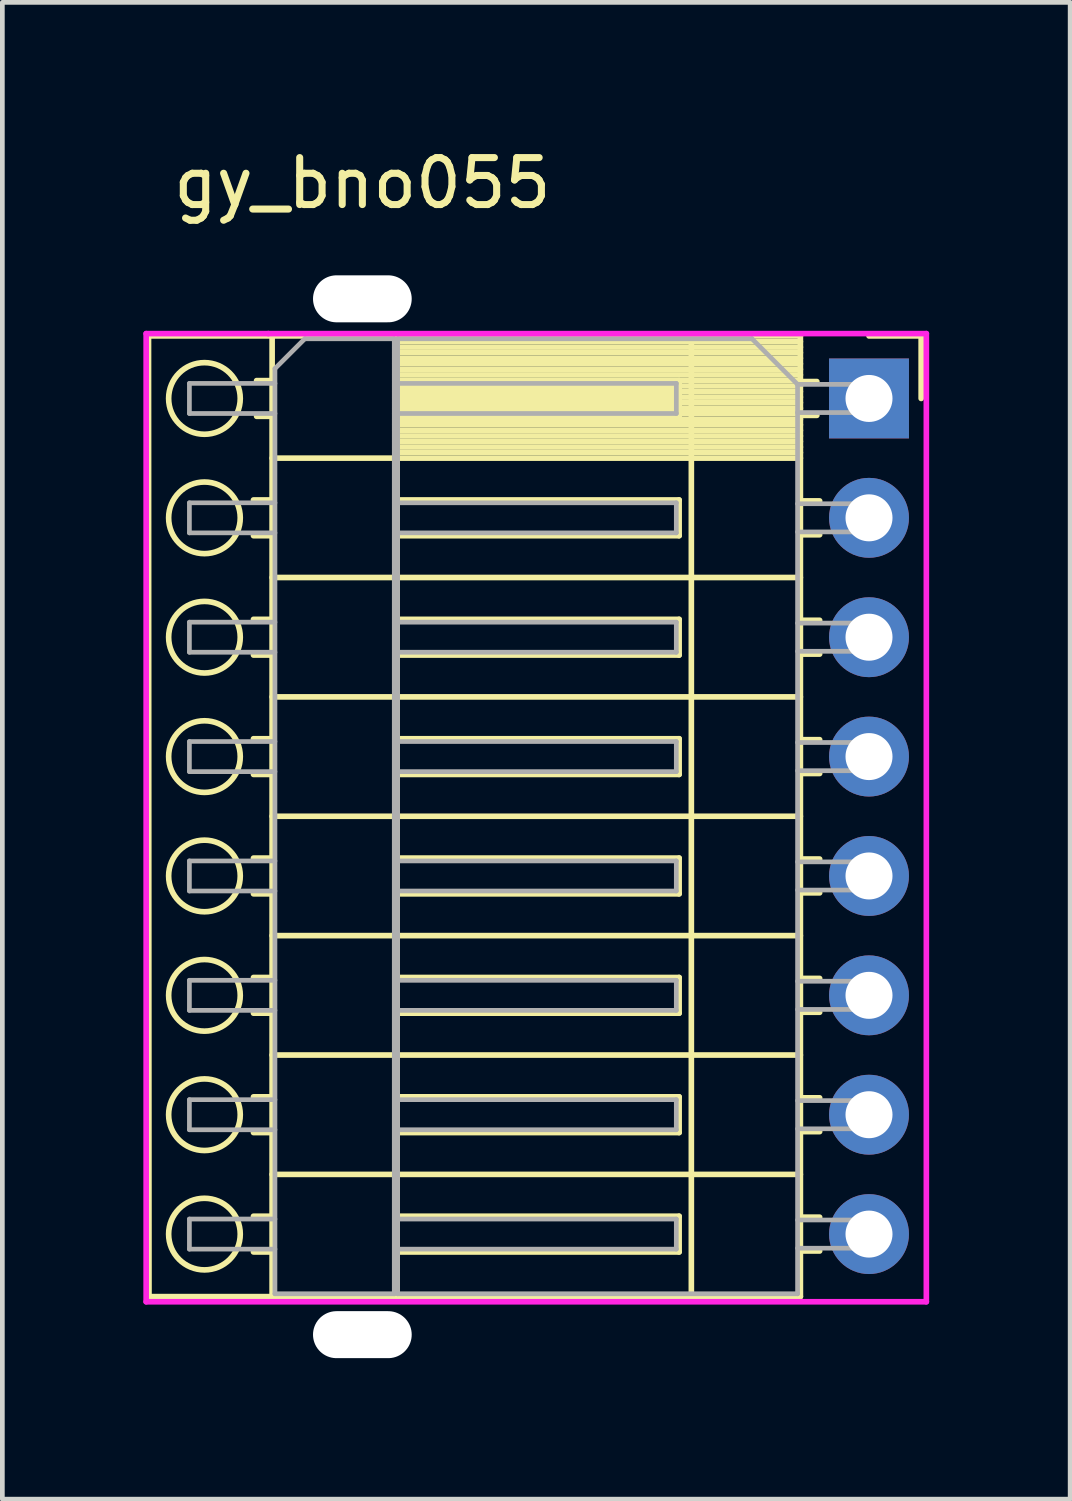
<source format=kicad_pcb>
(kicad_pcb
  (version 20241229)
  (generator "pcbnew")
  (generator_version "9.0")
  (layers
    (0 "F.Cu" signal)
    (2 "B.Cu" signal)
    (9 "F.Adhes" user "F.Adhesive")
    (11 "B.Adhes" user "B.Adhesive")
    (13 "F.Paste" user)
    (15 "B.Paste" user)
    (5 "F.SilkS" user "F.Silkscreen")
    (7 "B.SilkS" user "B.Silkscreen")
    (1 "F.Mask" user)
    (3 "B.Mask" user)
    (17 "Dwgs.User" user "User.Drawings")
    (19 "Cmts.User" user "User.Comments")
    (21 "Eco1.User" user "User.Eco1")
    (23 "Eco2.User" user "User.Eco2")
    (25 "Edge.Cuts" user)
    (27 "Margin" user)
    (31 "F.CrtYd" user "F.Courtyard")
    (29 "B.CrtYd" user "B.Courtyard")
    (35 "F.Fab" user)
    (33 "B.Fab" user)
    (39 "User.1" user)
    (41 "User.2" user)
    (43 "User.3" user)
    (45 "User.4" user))
  (footprint "gy_bno055"
    (layer "F.Cu")
    (at 4.66 0.348)
    (property "Reference" "gy_bno055" (at 0 0.5 0) (layer "F.SilkS") (effects (font (size 1 1) (thickness 0.15))))
    (attr through_hole)
    (fp_line (start -4.55 3.75) (end -4.54 24.19) (stroke (width 0.12) (type solid)) (layer "F.SilkS"))
    (fp_line (start -4.54 24.19) (end -4.52 24.19) (stroke (width 0.12) (type solid)) (layer "F.SilkS"))
    (fp_line (start -2.317 7.24) (end -1.92 7.24) (stroke (width 0.12) (type solid)) (layer "F.SilkS"))
    (fp_line (start -2.317 8) (end -1.92 8) (stroke (width 0.12) (type solid)) (layer "F.SilkS"))
    (fp_line (start -2.317 9.78) (end -1.92 9.78) (stroke (width 0.12) (type solid)) (layer "F.SilkS"))
    (fp_line (start -2.317 10.54) (end -1.92 10.54) (stroke (width 0.12) (type solid)) (layer "F.SilkS"))
    (fp_line (start -2.317 12.32) (end -1.92 12.32) (stroke (width 0.12) (type solid)) (layer "F.SilkS"))
    (fp_line (start -2.317 13.08) (end -1.92 13.08) (stroke (width 0.12) (type solid)) (layer "F.SilkS"))
    (fp_line (start -2.317 14.86) (end -1.92 14.86) (stroke (width 0.12) (type solid)) (layer "F.SilkS"))
    (fp_line (start -2.317 15.62) (end -1.92 15.62) (stroke (width 0.12) (type solid)) (layer "F.SilkS"))
    (fp_line (start -2.317 17.4) (end -1.92 17.4) (stroke (width 0.12) (type solid)) (layer "F.SilkS"))
    (fp_line (start -2.317 18.16) (end -1.92 18.16) (stroke (width 0.12) (type solid)) (layer "F.SilkS"))
    (fp_line (start -2.317 19.94) (end -1.92 19.94) (stroke (width 0.12) (type solid)) (layer "F.SilkS"))
    (fp_line (start -2.317 20.7) (end -1.92 20.7) (stroke (width 0.12) (type solid)) (layer "F.SilkS"))
    (fp_line (start -2.317 22.48) (end -1.92 22.48) (stroke (width 0.12) (type solid)) (layer "F.SilkS"))
    (fp_line (start -2.317 23.24) (end -1.92 23.24) (stroke (width 0.12) (type solid)) (layer "F.SilkS"))
    (fp_line (start -2.25 4.7) (end -1.92 4.7) (stroke (width 0.12) (type solid)) (layer "F.SilkS"))
    (fp_line (start -2.25 5.46) (end -1.92 5.46) (stroke (width 0.12) (type solid)) (layer "F.SilkS"))
    (fp_line (start -1.92 3.75) (end -4.55 3.75) (stroke (width 0.12) (type solid)) (layer "F.SilkS"))
    (fp_line (start -1.92 3.75) (end -1.92 24.19) (stroke (width 0.12) (type solid)) (layer "F.SilkS"))
    (fp_line (start -1.92 6.35) (end 0.74 6.35) (stroke (width 0.12) (type solid)) (layer "F.SilkS"))
    (fp_line (start -1.92 8.89) (end 0.74 8.89) (stroke (width 0.12) (type solid)) (layer "F.SilkS"))
    (fp_line (start -1.92 11.43) (end 0.74 11.43) (stroke (width 0.12) (type solid)) (layer "F.SilkS"))
    (fp_line (start -1.92 13.97) (end 0.74 13.97) (stroke (width 0.12) (type solid)) (layer "F.SilkS"))
    (fp_line (start -1.92 16.51) (end 0.74 16.51) (stroke (width 0.12) (type solid)) (layer "F.SilkS"))
    (fp_line (start -1.92 19.05) (end 0.74 19.05) (stroke (width 0.12) (type solid)) (layer "F.SilkS"))
    (fp_line (start -1.92 21.59) (end 0.74 21.59) (stroke (width 0.12) (type solid)) (layer "F.SilkS"))
    (fp_line (start -1.92 24.19) (end -4.52 24.19) (stroke (width 0.12) (type solid)) (layer "F.SilkS"))
    (fp_line (start -1.92 24.19) (end 0.74 24.19) (stroke (width 0.12) (type solid)) (layer "F.SilkS"))
    (fp_line (start 0.69 3.75) (end 0.69 24.19) (stroke (width 0.12) (type solid)) (layer "F.SilkS"))
    (fp_line (start 0.69 3.75) (end 9.32 3.75) (stroke (width 0.12) (type solid)) (layer "F.SilkS"))
    (fp_line (start 0.69 3.87) (end 9.32 3.87) (stroke (width 0.12) (type solid)) (layer "F.SilkS"))
    (fp_line (start 0.69 3.988) (end 9.32 3.988) (stroke (width 0.12) (type solid)) (layer "F.SilkS"))
    (fp_line (start 0.69 4.106) (end 9.32 4.106) (stroke (width 0.12) (type solid)) (layer "F.SilkS"))
    (fp_line (start 0.69 4.224) (end 9.32 4.224) (stroke (width 0.12) (type solid)) (layer "F.SilkS"))
    (fp_line (start 0.69 4.342) (end 9.32 4.342) (stroke (width 0.12) (type solid)) (layer "F.SilkS"))
    (fp_line (start 0.69 4.46) (end 9.32 4.46) (stroke (width 0.12) (type solid)) (layer "F.SilkS"))
    (fp_line (start 0.69 4.579) (end 9.32 4.579) (stroke (width 0.12) (type solid)) (layer "F.SilkS"))
    (fp_line (start 0.69 4.697) (end 9.32 4.697) (stroke (width 0.12) (type solid)) (layer "F.SilkS"))
    (fp_line (start 0.69 4.815) (end 9.32 4.815) (stroke (width 0.12) (type solid)) (layer "F.SilkS"))
    (fp_line (start 0.69 4.933) (end 9.32 4.933) (stroke (width 0.12) (type solid)) (layer "F.SilkS"))
    (fp_line (start 0.69 5.051) (end 9.32 5.051) (stroke (width 0.12) (type solid)) (layer "F.SilkS"))
    (fp_line (start 0.69 5.169) (end 9.32 5.169) (stroke (width 0.12) (type solid)) (layer "F.SilkS"))
    (fp_line (start 0.69 5.287) (end 9.32 5.287) (stroke (width 0.12) (type solid)) (layer "F.SilkS"))
    (fp_line (start 0.69 5.405) (end 9.32 5.405) (stroke (width 0.12) (type solid)) (layer "F.SilkS"))
    (fp_line (start 0.69 5.523) (end 9.32 5.523) (stroke (width 0.12) (type solid)) (layer "F.SilkS"))
    (fp_line (start 0.69 5.641) (end 9.32 5.641) (stroke (width 0.12) (type solid)) (layer "F.SilkS"))
    (fp_line (start 0.69 5.76) (end 9.32 5.76) (stroke (width 0.12) (type solid)) (layer "F.SilkS"))
    (fp_line (start 0.69 5.878) (end 9.32 5.878) (stroke (width 0.12) (type solid)) (layer "F.SilkS"))
    (fp_line (start 0.69 5.996) (end 9.32 5.996) (stroke (width 0.12) (type solid)) (layer "F.SilkS"))
    (fp_line (start 0.69 6.114) (end 9.32 6.114) (stroke (width 0.12) (type solid)) (layer "F.SilkS"))
    (fp_line (start 0.69 6.232) (end 9.32 6.232) (stroke (width 0.12) (type solid)) (layer "F.SilkS"))
    (fp_line (start 0.69 6.35) (end 9.32 6.35) (stroke (width 0.12) (type solid)) (layer "F.SilkS"))
    (fp_line (start 0.69 8.89) (end 9.32 8.89) (stroke (width 0.12) (type solid)) (layer "F.SilkS"))
    (fp_line (start 0.69 11.43) (end 9.32 11.43) (stroke (width 0.12) (type solid)) (layer "F.SilkS"))
    (fp_line (start 0.69 13.97) (end 9.32 13.97) (stroke (width 0.12) (type solid)) (layer "F.SilkS"))
    (fp_line (start 0.69 16.51) (end 9.32 16.51) (stroke (width 0.12) (type solid)) (layer "F.SilkS"))
    (fp_line (start 0.69 19.05) (end 9.32 19.05) (stroke (width 0.12) (type solid)) (layer "F.SilkS"))
    (fp_line (start 0.69 21.59) (end 9.32 21.59) (stroke (width 0.12) (type solid)) (layer "F.SilkS"))
    (fp_line (start 0.69 24.19) (end 9.32 24.19) (stroke (width 0.12) (type solid)) (layer "F.SilkS"))
    (fp_line (start 0.74 3.75) (end -1.92 3.75) (stroke (width 0.12) (type solid)) (layer "F.SilkS"))
    (fp_line (start 0.74 4.7) (end 6.74 4.7) (stroke (width 0.12) (type solid)) (layer "F.SilkS"))
    (fp_line (start 0.74 4.76) (end 6.74 4.76) (stroke (width 0.12) (type solid)) (layer "F.SilkS"))
    (fp_line (start 0.74 4.88) (end 6.74 4.88) (stroke (width 0.12) (type solid)) (layer "F.SilkS"))
    (fp_line (start 0.74 5) (end 6.74 5) (stroke (width 0.12) (type solid)) (layer "F.SilkS"))
    (fp_line (start 0.74 5.12) (end 6.74 5.12) (stroke (width 0.12) (type solid)) (layer "F.SilkS"))
    (fp_line (start 0.74 5.24) (end 6.74 5.24) (stroke (width 0.12) (type solid)) (layer "F.SilkS"))
    (fp_line (start 0.74 5.36) (end 6.74 5.36) (stroke (width 0.12) (type solid)) (layer "F.SilkS"))
    (fp_line (start 0.74 7.24) (end 6.74 7.24) (stroke (width 0.12) (type solid)) (layer "F.SilkS"))
    (fp_line (start 0.74 9.78) (end 6.74 9.78) (stroke (width 0.12) (type solid)) (layer "F.SilkS"))
    (fp_line (start 0.74 12.32) (end 6.74 12.32) (stroke (width 0.12) (type solid)) (layer "F.SilkS"))
    (fp_line (start 0.74 14.86) (end 6.74 14.86) (stroke (width 0.12) (type solid)) (layer "F.SilkS"))
    (fp_line (start 0.74 17.4) (end 6.74 17.4) (stroke (width 0.12) (type solid)) (layer "F.SilkS"))
    (fp_line (start 0.74 19.94) (end 6.74 19.94) (stroke (width 0.12) (type solid)) (layer "F.SilkS"))
    (fp_line (start 0.74 22.48) (end 6.74 22.48) (stroke (width 0.12) (type solid)) (layer "F.SilkS"))
    (fp_line (start 0.74 24.19) (end 0.74 3.75) (stroke (width 0.12) (type solid)) (layer "F.SilkS"))
    (fp_line (start 6.74 4.7) (end 6.74 5.46) (stroke (width 0.12) (type solid)) (layer "F.SilkS"))
    (fp_line (start 6.74 5.46) (end 0.74 5.46) (stroke (width 0.12) (type solid)) (layer "F.SilkS"))
    (fp_line (start 6.74 7.24) (end 6.74 8) (stroke (width 0.12) (type solid)) (layer "F.SilkS"))
    (fp_line (start 6.74 8) (end 0.74 8) (stroke (width 0.12) (type solid)) (layer "F.SilkS"))
    (fp_line (start 6.74 9.78) (end 6.74 10.54) (stroke (width 0.12) (type solid)) (layer "F.SilkS"))
    (fp_line (start 6.74 10.54) (end 0.74 10.54) (stroke (width 0.12) (type solid)) (layer "F.SilkS"))
    (fp_line (start 6.74 12.32) (end 6.74 13.08) (stroke (width 0.12) (type solid)) (layer "F.SilkS"))
    (fp_line (start 6.74 13.08) (end 0.74 13.08) (stroke (width 0.12) (type solid)) (layer "F.SilkS"))
    (fp_line (start 6.74 14.86) (end 6.74 15.62) (stroke (width 0.12) (type solid)) (layer "F.SilkS"))
    (fp_line (start 6.74 15.62) (end 0.74 15.62) (stroke (width 0.12) (type solid)) (layer "F.SilkS"))
    (fp_line (start 6.74 17.4) (end 6.74 18.16) (stroke (width 0.12) (type solid)) (layer "F.SilkS"))
    (fp_line (start 6.74 18.16) (end 0.74 18.16) (stroke (width 0.12) (type solid)) (layer "F.SilkS"))
    (fp_line (start 6.74 19.94) (end 6.74 20.7) (stroke (width 0.12) (type solid)) (layer "F.SilkS"))
    (fp_line (start 6.74 20.7) (end 0.74 20.7) (stroke (width 0.12) (type solid)) (layer "F.SilkS"))
    (fp_line (start 6.74 22.48) (end 6.74 23.24) (stroke (width 0.12) (type solid)) (layer "F.SilkS"))
    (fp_line (start 6.74 23.24) (end 0.74 23.24) (stroke (width 0.12) (type solid)) (layer "F.SilkS"))
    (fp_line (start 7 24.19) (end 7 3.75) (stroke (width 0.12) (type solid)) (layer "F.SilkS"))
    (fp_line (start 9.32 3.75) (end 9.32 24.19) (stroke (width 0.12) (type solid)) (layer "F.SilkS"))
    (fp_line (start 9.32 4.72) (end 9.67 4.72) (stroke (width 0.12) (type solid)) (layer "F.SilkS"))
    (fp_line (start 9.32 5.44) (end 9.67 5.44) (stroke (width 0.12) (type solid)) (layer "F.SilkS"))
    (fp_line (start 9.32 7.26) (end 9.73 7.26) (stroke (width 0.12) (type solid)) (layer "F.SilkS"))
    (fp_line (start 9.32 7.98) (end 9.73 7.98) (stroke (width 0.12) (type solid)) (layer "F.SilkS"))
    (fp_line (start 9.32 9.8) (end 9.73 9.8) (stroke (width 0.12) (type solid)) (layer "F.SilkS"))
    (fp_line (start 9.32 10.52) (end 9.73 10.52) (stroke (width 0.12) (type solid)) (layer "F.SilkS"))
    (fp_line (start 9.32 12.34) (end 9.73 12.34) (stroke (width 0.12) (type solid)) (layer "F.SilkS"))
    (fp_line (start 9.32 13.06) (end 9.73 13.06) (stroke (width 0.12) (type solid)) (layer "F.SilkS"))
    (fp_line (start 9.32 14.88) (end 9.73 14.88) (stroke (width 0.12) (type solid)) (layer "F.SilkS"))
    (fp_line (start 9.32 15.6) (end 9.73 15.6) (stroke (width 0.12) (type solid)) (layer "F.SilkS"))
    (fp_line (start 9.32 17.42) (end 9.73 17.42) (stroke (width 0.12) (type solid)) (layer "F.SilkS"))
    (fp_line (start 9.32 18.14) (end 9.73 18.14) (stroke (width 0.12) (type solid)) (layer "F.SilkS"))
    (fp_line (start 9.32 19.96) (end 9.73 19.96) (stroke (width 0.12) (type solid)) (layer "F.SilkS"))
    (fp_line (start 9.32 20.68) (end 9.73 20.68) (stroke (width 0.12) (type solid)) (layer "F.SilkS"))
    (fp_line (start 9.32 22.5) (end 9.73 22.5) (stroke (width 0.12) (type solid)) (layer "F.SilkS"))
    (fp_line (start 9.32 23.22) (end 9.73 23.22) (stroke (width 0.12) (type solid)) (layer "F.SilkS"))
    (fp_line (start 10.78 3.75) (end 11.89 3.75) (stroke (width 0.12) (type solid)) (layer "F.SilkS"))
    (fp_line (start 11.89 3.75) (end 11.89 5.08) (stroke (width 0.12) (type solid)) (layer "F.SilkS"))
    (fp_circle (center -3.36 5.08) (end -2.598 5.08) (stroke (width 0.12) (type solid)) (fill no) (layer "F.SilkS"))
    (fp_circle (center -3.36 7.62) (end -2.598 7.62) (stroke (width 0.12) (type solid)) (fill no) (layer "F.SilkS"))
    (fp_circle (center -3.36 10.16) (end -2.598 10.16) (stroke (width 0.12) (type solid)) (fill no) (layer "F.SilkS"))
    (fp_circle (center -3.36 12.7) (end -2.598 12.7) (stroke (width 0.12) (type solid)) (fill no) (layer "F.SilkS"))
    (fp_circle (center -3.36 15.24) (end -2.598 15.24) (stroke (width 0.12) (type solid)) (fill no) (layer "F.SilkS"))
    (fp_circle (center -3.36 17.78) (end -2.598 17.78) (stroke (width 0.12) (type solid)) (fill no) (layer "F.SilkS"))
    (fp_circle (center -3.36 20.32) (end -2.598 20.32) (stroke (width 0.12) (type solid)) (fill no) (layer "F.SilkS"))
    (fp_circle (center -3.36 22.86) (end -2.598 22.86) (stroke (width 0.12) (type solid)) (fill no) (layer "F.SilkS"))
    (fp_line (start -4.6 3.7) (end -2 3.7) (stroke (width 0.12) (type solid)) (layer "F.CrtYd"))
    (fp_line (start -4.6 24.3) (end -4.6 3.7) (stroke (width 0.12) (type solid)) (layer "F.CrtYd"))
    (fp_line (start -2 3.7) (end 12 3.7) (stroke (width 0.12) (type solid)) (layer "F.CrtYd"))
    (fp_line (start 12 3.7) (end 12 24.3) (stroke (width 0.12) (type solid)) (layer "F.CrtYd"))
    (fp_line (start 12 24.3) (end -4.6 24.3) (stroke (width 0.12) (type solid)) (layer "F.CrtYd"))
    (fp_line (start -3.68 4.76) (end -3.68 5.4) (stroke (width 0.1) (type solid)) (layer "F.Fab"))
    (fp_line (start -3.68 4.76) (end -1.86 4.76) (stroke (width 0.1) (type solid)) (layer "F.Fab"))
    (fp_line (start -3.68 5.4) (end -1.86 5.4) (stroke (width 0.1) (type solid)) (layer "F.Fab"))
    (fp_line (start -3.68 7.3) (end -3.68 7.94) (stroke (width 0.1) (type solid)) (layer "F.Fab"))
    (fp_line (start -3.68 7.3) (end -1.86 7.3) (stroke (width 0.1) (type solid)) (layer "F.Fab"))
    (fp_line (start -3.68 7.94) (end -1.86 7.94) (stroke (width 0.1) (type solid)) (layer "F.Fab"))
    (fp_line (start -3.68 9.84) (end -3.68 10.48) (stroke (width 0.1) (type solid)) (layer "F.Fab"))
    (fp_line (start -3.68 9.84) (end -1.86 9.84) (stroke (width 0.1) (type solid)) (layer "F.Fab"))
    (fp_line (start -3.68 10.48) (end -1.86 10.48) (stroke (width 0.1) (type solid)) (layer "F.Fab"))
    (fp_line (start -3.68 12.38) (end -3.68 13.02) (stroke (width 0.1) (type solid)) (layer "F.Fab"))
    (fp_line (start -3.68 12.38) (end -1.86 12.38) (stroke (width 0.1) (type solid)) (layer "F.Fab"))
    (fp_line (start -3.68 13.02) (end -1.86 13.02) (stroke (width 0.1) (type solid)) (layer "F.Fab"))
    (fp_line (start -3.68 14.92) (end -3.68 15.56) (stroke (width 0.1) (type solid)) (layer "F.Fab"))
    (fp_line (start -3.68 14.92) (end -1.86 14.92) (stroke (width 0.1) (type solid)) (layer "F.Fab"))
    (fp_line (start -3.68 15.56) (end -1.86 15.56) (stroke (width 0.1) (type solid)) (layer "F.Fab"))
    (fp_line (start -3.68 17.46) (end -3.68 18.1) (stroke (width 0.1) (type solid)) (layer "F.Fab"))
    (fp_line (start -3.68 17.46) (end -1.86 17.46) (stroke (width 0.1) (type solid)) (layer "F.Fab"))
    (fp_line (start -3.68 18.1) (end -1.86 18.1) (stroke (width 0.1) (type solid)) (layer "F.Fab"))
    (fp_line (start -3.68 20) (end -3.68 20.64) (stroke (width 0.1) (type solid)) (layer "F.Fab"))
    (fp_line (start -3.68 20) (end -1.86 20) (stroke (width 0.1) (type solid)) (layer "F.Fab"))
    (fp_line (start -3.68 20.64) (end -1.86 20.64) (stroke (width 0.1) (type solid)) (layer "F.Fab"))
    (fp_line (start -3.68 22.54) (end -3.68 23.18) (stroke (width 0.1) (type solid)) (layer "F.Fab"))
    (fp_line (start -3.68 22.54) (end -1.86 22.54) (stroke (width 0.1) (type solid)) (layer "F.Fab"))
    (fp_line (start -3.68 23.18) (end -1.86 23.18) (stroke (width 0.1) (type solid)) (layer "F.Fab"))
    (fp_line (start -1.86 4.445) (end -1.225 3.81) (stroke (width 0.1) (type solid)) (layer "F.Fab"))
    (fp_line (start -1.86 24.13) (end -1.86 4.445) (stroke (width 0.1) (type solid)) (layer "F.Fab"))
    (fp_line (start -1.225 3.81) (end 0.68 3.81) (stroke (width 0.1) (type solid)) (layer "F.Fab"))
    (fp_line (start 0.68 3.81) (end 0.68 24.13) (stroke (width 0.1) (type solid)) (layer "F.Fab"))
    (fp_line (start 0.68 4.76) (end 6.68 4.76) (stroke (width 0.1) (type solid)) (layer "F.Fab"))
    (fp_line (start 0.68 5.4) (end 6.68 5.4) (stroke (width 0.1) (type solid)) (layer "F.Fab"))
    (fp_line (start 0.68 7.3) (end 6.68 7.3) (stroke (width 0.1) (type solid)) (layer "F.Fab"))
    (fp_line (start 0.68 7.94) (end 6.68 7.94) (stroke (width 0.1) (type solid)) (layer "F.Fab"))
    (fp_line (start 0.68 9.84) (end 6.68 9.84) (stroke (width 0.1) (type solid)) (layer "F.Fab"))
    (fp_line (start 0.68 10.48) (end 6.68 10.48) (stroke (width 0.1) (type solid)) (layer "F.Fab"))
    (fp_line (start 0.68 12.38) (end 6.68 12.38) (stroke (width 0.1) (type solid)) (layer "F.Fab"))
    (fp_line (start 0.68 13.02) (end 6.68 13.02) (stroke (width 0.1) (type solid)) (layer "F.Fab"))
    (fp_line (start 0.68 14.92) (end 6.68 14.92) (stroke (width 0.1) (type solid)) (layer "F.Fab"))
    (fp_line (start 0.68 15.56) (end 6.68 15.56) (stroke (width 0.1) (type solid)) (layer "F.Fab"))
    (fp_line (start 0.68 17.46) (end 6.68 17.46) (stroke (width 0.1) (type solid)) (layer "F.Fab"))
    (fp_line (start 0.68 18.1) (end 6.68 18.1) (stroke (width 0.1) (type solid)) (layer "F.Fab"))
    (fp_line (start 0.68 20) (end 6.68 20) (stroke (width 0.1) (type solid)) (layer "F.Fab"))
    (fp_line (start 0.68 20.64) (end 6.68 20.64) (stroke (width 0.1) (type solid)) (layer "F.Fab"))
    (fp_line (start 0.68 22.54) (end 6.68 22.54) (stroke (width 0.1) (type solid)) (layer "F.Fab"))
    (fp_line (start 0.68 23.18) (end 6.68 23.18) (stroke (width 0.1) (type solid)) (layer "F.Fab"))
    (fp_line (start 0.68 24.13) (end -1.86 24.13) (stroke (width 0.1) (type solid)) (layer "F.Fab"))
    (fp_line (start 0.75 3.81) (end 8.29 3.81) (stroke (width 0.1) (type solid)) (layer "F.Fab"))
    (fp_line (start 0.75 24.13) (end 0.75 3.81) (stroke (width 0.1) (type solid)) (layer "F.Fab"))
    (fp_line (start 6.68 4.76) (end 6.68 5.4) (stroke (width 0.1) (type solid)) (layer "F.Fab"))
    (fp_line (start 6.68 7.3) (end 6.68 7.94) (stroke (width 0.1) (type solid)) (layer "F.Fab"))
    (fp_line (start 6.68 9.84) (end 6.68 10.48) (stroke (width 0.1) (type solid)) (layer "F.Fab"))
    (fp_line (start 6.68 12.38) (end 6.68 13.02) (stroke (width 0.1) (type solid)) (layer "F.Fab"))
    (fp_line (start 6.68 14.92) (end 6.68 15.56) (stroke (width 0.1) (type solid)) (layer "F.Fab"))
    (fp_line (start 6.68 17.46) (end 6.68 18.1) (stroke (width 0.1) (type solid)) (layer "F.Fab"))
    (fp_line (start 6.68 20) (end 6.68 20.64) (stroke (width 0.1) (type solid)) (layer "F.Fab"))
    (fp_line (start 6.68 22.54) (end 6.68 23.18) (stroke (width 0.1) (type solid)) (layer "F.Fab"))
    (fp_line (start 8.29 3.81) (end 9.26 4.78) (stroke (width 0.1) (type solid)) (layer "F.Fab"))
    (fp_line (start 9.26 4.78) (end 9.26 24.13) (stroke (width 0.1) (type solid)) (layer "F.Fab"))
    (fp_line (start 9.26 5.38) (end 10.78 5.38) (stroke (width 0.1) (type solid)) (layer "F.Fab"))
    (fp_line (start 9.26 7.92) (end 10.78 7.92) (stroke (width 0.1) (type solid)) (layer "F.Fab"))
    (fp_line (start 9.26 10.46) (end 10.78 10.46) (stroke (width 0.1) (type solid)) (layer "F.Fab"))
    (fp_line (start 9.26 13) (end 10.78 13) (stroke (width 0.1) (type solid)) (layer "F.Fab"))
    (fp_line (start 9.26 15.54) (end 10.78 15.54) (stroke (width 0.1) (type solid)) (layer "F.Fab"))
    (fp_line (start 9.26 18.08) (end 10.78 18.08) (stroke (width 0.1) (type solid)) (layer "F.Fab"))
    (fp_line (start 9.26 20.62) (end 10.78 20.62) (stroke (width 0.1) (type solid)) (layer "F.Fab"))
    (fp_line (start 9.26 23.16) (end 10.78 23.16) (stroke (width 0.1) (type solid)) (layer "F.Fab"))
    (fp_line (start 9.26 24.13) (end 0.75 24.13) (stroke (width 0.1) (type solid)) (layer "F.Fab"))
    (fp_line (start 10.78 4.78) (end 9.26 4.78) (stroke (width 0.1) (type solid)) (layer "F.Fab"))
    (fp_line (start 10.78 5.38) (end 10.78 4.78) (stroke (width 0.1) (type solid)) (layer "F.Fab"))
    (fp_line (start 10.78 7.32) (end 9.26 7.32) (stroke (width 0.1) (type solid)) (layer "F.Fab"))
    (fp_line (start 10.78 7.92) (end 10.78 7.32) (stroke (width 0.1) (type solid)) (layer "F.Fab"))
    (fp_line (start 10.78 9.86) (end 9.26 9.86) (stroke (width 0.1) (type solid)) (layer "F.Fab"))
    (fp_line (start 10.78 10.46) (end 10.78 9.86) (stroke (width 0.1) (type solid)) (layer "F.Fab"))
    (fp_line (start 10.78 12.4) (end 9.26 12.4) (stroke (width 0.1) (type solid)) (layer "F.Fab"))
    (fp_line (start 10.78 13) (end 10.78 12.4) (stroke (width 0.1) (type solid)) (layer "F.Fab"))
    (fp_line (start 10.78 14.94) (end 9.26 14.94) (stroke (width 0.1) (type solid)) (layer "F.Fab"))
    (fp_line (start 10.78 15.54) (end 10.78 14.94) (stroke (width 0.1) (type solid)) (layer "F.Fab"))
    (fp_line (start 10.78 17.48) (end 9.26 17.48) (stroke (width 0.1) (type solid)) (layer "F.Fab"))
    (fp_line (start 10.78 18.08) (end 10.78 17.48) (stroke (width 0.1) (type solid)) (layer "F.Fab"))
    (fp_line (start 10.78 20.02) (end 9.26 20.02) (stroke (width 0.1) (type solid)) (layer "F.Fab"))
    (fp_line (start 10.78 20.62) (end 10.78 20.02) (stroke (width 0.1) (type solid)) (layer "F.Fab"))
    (fp_line (start 10.78 22.56) (end 9.26 22.56) (stroke (width 0.1) (type solid)) (layer "F.Fab"))
    (fp_line (start 10.78 23.16) (end 10.78 22.56) (stroke (width 0.1) (type solid)) (layer "F.Fab"))
    (pad "" np_thru_hole oval (at 0 2.96 180) (size 2.1 1) (drill oval 2.1 1) (layers "*.Cu" "*.Mask"))
    (pad "" np_thru_hole oval (at 0 25 180) (size 2.1 1) (drill oval 2.1 1) (layers "*.Cu" "*.Mask"))
    (pad "1" thru_hole rect (at 10.78 5.08) (size 1.7 1.7) (drill 1) (layers "*.Cu" "*.Mask"))
    (pad "2" thru_hole oval (at 10.78 7.62) (size 1.7 1.7) (drill 1) (layers "*.Cu" "*.Mask"))
    (pad "3" thru_hole oval (at 10.78 10.16) (size 1.7 1.7) (drill 1) (layers "*.Cu" "*.Mask"))
    (pad "4" thru_hole oval (at 10.78 12.7) (size 1.7 1.7) (drill 1) (layers "*.Cu" "*.Mask"))
    (pad "5" thru_hole oval (at 10.78 15.24) (size 1.7 1.7) (drill 1) (layers "*.Cu" "*.Mask"))
    (pad "6" thru_hole oval (at 10.78 17.78) (size 1.7 1.7) (drill 1) (layers "*.Cu" "*.Mask"))
    (pad "7" thru_hole oval (at 10.78 20.32) (size 1.7 1.7) (drill 1) (layers "*.Cu" "*.Mask"))
    (pad "8" thru_hole oval (at 10.78 22.86) (size 1.7 1.7) (drill 1) (layers "*.Cu" "*.Mask")))
  (gr_rect
    (start -3 -3)
    (end 19.72 28.848)
    (stroke (width 0.1) (type default))
    (fill no)
    (layer "Edge.Cuts")))
</source>
